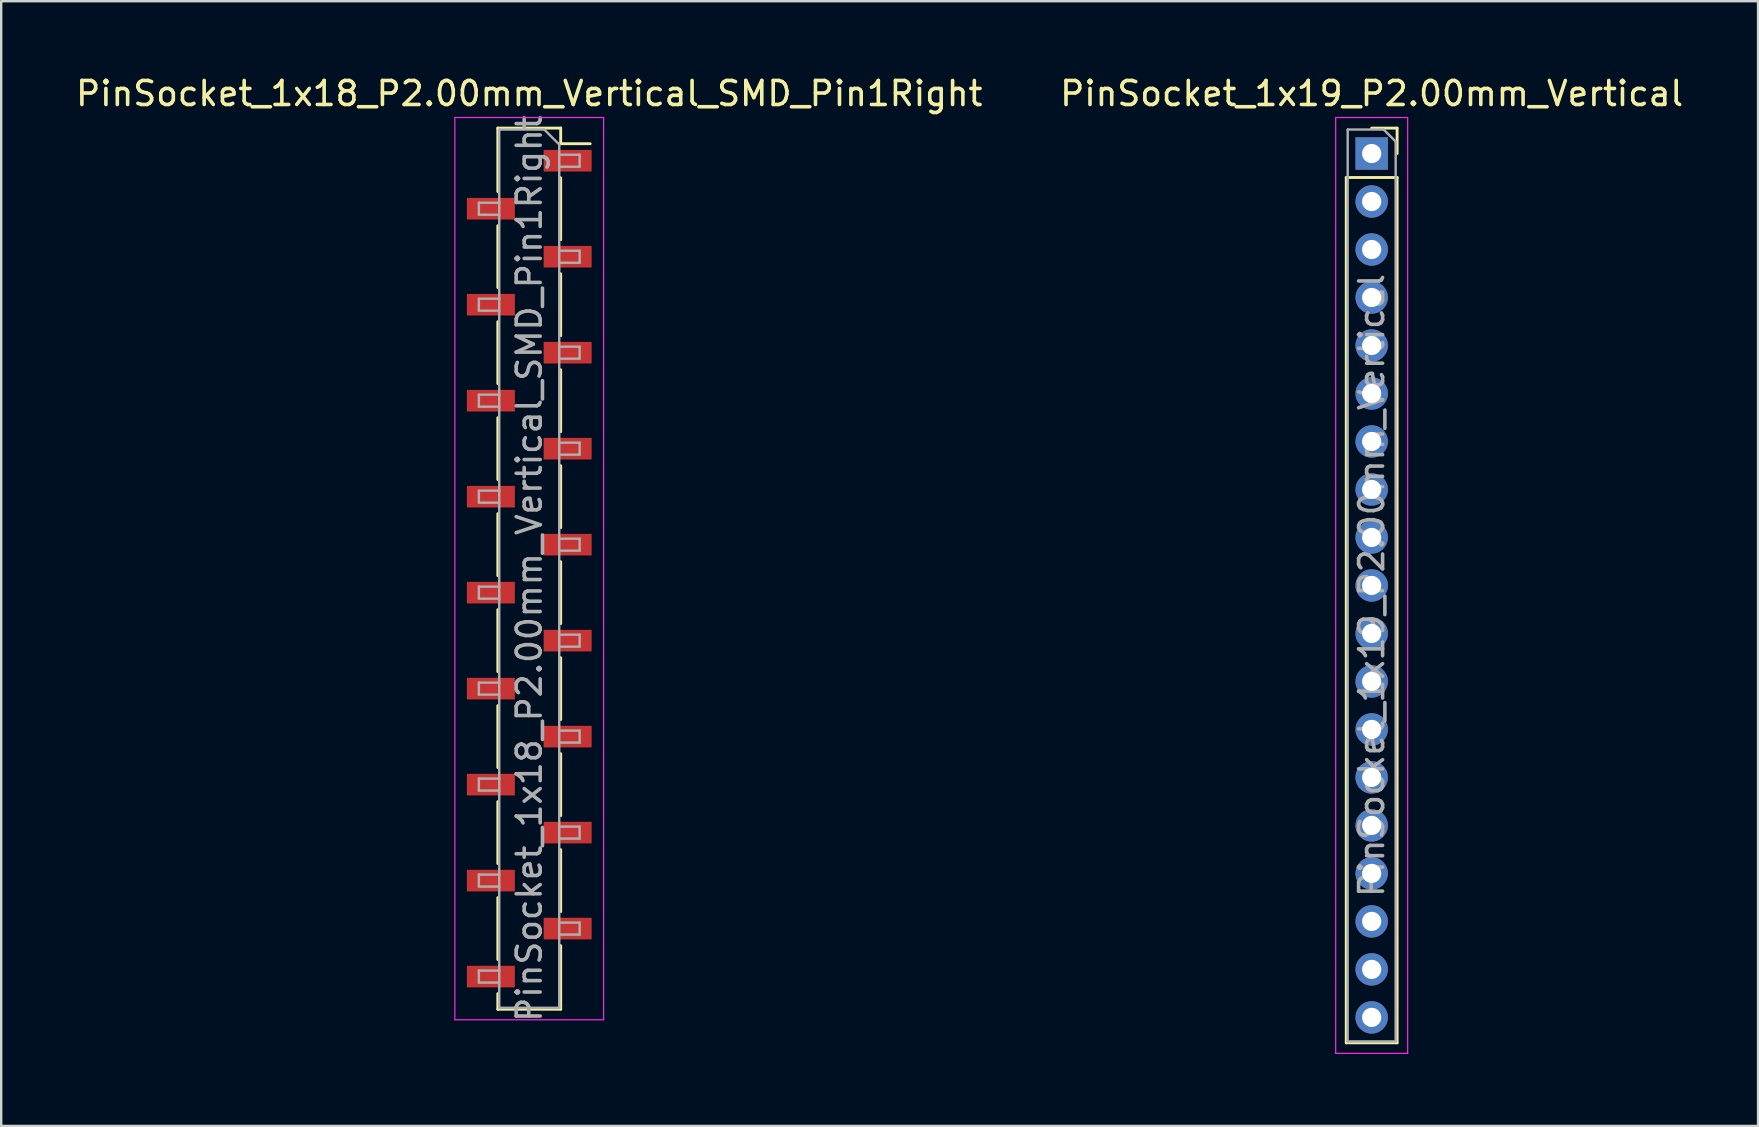
<source format=kicad_pcb>
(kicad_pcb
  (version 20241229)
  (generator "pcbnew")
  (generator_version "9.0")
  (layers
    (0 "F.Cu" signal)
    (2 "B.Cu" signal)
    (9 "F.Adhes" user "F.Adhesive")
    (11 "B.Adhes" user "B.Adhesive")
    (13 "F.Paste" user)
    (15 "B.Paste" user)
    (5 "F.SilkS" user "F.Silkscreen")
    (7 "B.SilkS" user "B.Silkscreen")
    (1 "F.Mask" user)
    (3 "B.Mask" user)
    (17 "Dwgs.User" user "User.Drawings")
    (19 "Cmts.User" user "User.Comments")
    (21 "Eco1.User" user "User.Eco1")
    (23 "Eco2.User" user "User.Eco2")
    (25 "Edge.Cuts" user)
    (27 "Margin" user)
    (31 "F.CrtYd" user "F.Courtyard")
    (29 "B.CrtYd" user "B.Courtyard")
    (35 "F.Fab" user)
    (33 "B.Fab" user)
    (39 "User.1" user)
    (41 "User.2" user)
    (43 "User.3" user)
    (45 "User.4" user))
  (footprint "PinSocket_1x19_P2.00mm_Vertical"
    (layer "F.Cu")
    (at 54.113 3.348)
    (property "Reference" "PinSocket_1x19_P2.00mm_Vertical" (at 0 -2.5 0) (layer "F.SilkS") (effects (font (size 1 1) (thickness 0.15))))
    (attr through_hole)
    (fp_line (start -1.06 1) (end -1.06 37.06) (stroke (width 0.12) (type solid)) (layer "F.SilkS"))
    (fp_line (start -1.06 1) (end 1.06 1) (stroke (width 0.12) (type solid)) (layer "F.SilkS"))
    (fp_line (start -1.06 37.06) (end 1.06 37.06) (stroke (width 0.12) (type solid)) (layer "F.SilkS"))
    (fp_line (start 0 -1.06) (end 1.06 -1.06) (stroke (width 0.12) (type solid)) (layer "F.SilkS"))
    (fp_line (start 1.06 -1.06) (end 1.06 0) (stroke (width 0.12) (type solid)) (layer "F.SilkS"))
    (fp_line (start 1.06 1) (end 1.06 37.06) (stroke (width 0.12) (type solid)) (layer "F.SilkS"))
    (fp_line (start -1.5 -1.5) (end 1.5 -1.5) (stroke (width 0.05) (type solid)) (layer "F.CrtYd"))
    (fp_line (start -1.5 37.5) (end -1.5 -1.5) (stroke (width 0.05) (type solid)) (layer "F.CrtYd"))
    (fp_line (start 1.5 -1.5) (end 1.5 37.5) (stroke (width 0.05) (type solid)) (layer "F.CrtYd"))
    (fp_line (start 1.5 37.5) (end -1.5 37.5) (stroke (width 0.05) (type solid)) (layer "F.CrtYd"))
    (fp_line (start -1 -1) (end 0.5 -1) (stroke (width 0.1) (type solid)) (layer "F.Fab"))
    (fp_line (start -1 37) (end -1 -1) (stroke (width 0.1) (type solid)) (layer "F.Fab"))
    (fp_line (start 0.5 -1) (end 1 -0.5) (stroke (width 0.1) (type solid)) (layer "F.Fab"))
    (fp_line (start 1 -0.5) (end 1 37) (stroke (width 0.1) (type solid)) (layer "F.Fab"))
    (fp_line (start 1 37) (end -1 37) (stroke (width 0.1) (type solid)) (layer "F.Fab"))
    (fp_text user "${REFERENCE}" (at 0 18 90) (layer "F.Fab") (effects (font (size 1 1) (thickness 0.15))))
    (pad "1" thru_hole rect (at 0 0) (size 1.35 1.35) (drill 0.8) (layers "*.Cu" "*.Mask"))
    (pad "2" thru_hole oval (at 0 2) (size 1.35 1.35) (drill 0.8) (layers "*.Cu" "*.Mask"))
    (pad "3" thru_hole oval (at 0 4) (size 1.35 1.35) (drill 0.8) (layers "*.Cu" "*.Mask"))
    (pad "4" thru_hole oval (at 0 6) (size 1.35 1.35) (drill 0.8) (layers "*.Cu" "*.Mask"))
    (pad "5" thru_hole oval (at 0 8) (size 1.35 1.35) (drill 0.8) (layers "*.Cu" "*.Mask"))
    (pad "6" thru_hole oval (at 0 10) (size 1.35 1.35) (drill 0.8) (layers "*.Cu" "*.Mask"))
    (pad "7" thru_hole oval (at 0 12) (size 1.35 1.35) (drill 0.8) (layers "*.Cu" "*.Mask"))
    (pad "8" thru_hole oval (at 0 14) (size 1.35 1.35) (drill 0.8) (layers "*.Cu" "*.Mask"))
    (pad "9" thru_hole oval (at 0 16) (size 1.35 1.35) (drill 0.8) (layers "*.Cu" "*.Mask"))
    (pad "10" thru_hole oval (at 0 18) (size 1.35 1.35) (drill 0.8) (layers "*.Cu" "*.Mask"))
    (pad "11" thru_hole oval (at 0 20) (size 1.35 1.35) (drill 0.8) (layers "*.Cu" "*.Mask"))
    (pad "12" thru_hole oval (at 0 22) (size 1.35 1.35) (drill 0.8) (layers "*.Cu" "*.Mask"))
    (pad "13" thru_hole oval (at 0 24) (size 1.35 1.35) (drill 0.8) (layers "*.Cu" "*.Mask"))
    (pad "14" thru_hole oval (at 0 26) (size 1.35 1.35) (drill 0.8) (layers "*.Cu" "*.Mask"))
    (pad "15" thru_hole oval (at 0 28) (size 1.35 1.35) (drill 0.8) (layers "*.Cu" "*.Mask"))
    (pad "16" thru_hole oval (at 0 30) (size 1.35 1.35) (drill 0.8) (layers "*.Cu" "*.Mask"))
    (pad "17" thru_hole oval (at 0 32) (size 1.35 1.35) (drill 0.8) (layers "*.Cu" "*.Mask"))
    (pad "18" thru_hole oval (at 0 34) (size 1.35 1.35) (drill 0.8) (layers "*.Cu" "*.Mask"))
    (pad "19" thru_hole oval (at 0 36) (size 1.35 1.35) (drill 0.8) (layers "*.Cu" "*.Mask")))
  (footprint "PinSocket_1x18_P2.00mm_Vertical_SMD_Pin1Right"
    (layer "F.Cu")
    (at 19.006 20.648)
    (property "Reference" "PinSocket_1x18_P2.00mm_Vertical_SMD_Pin1Right" (at 0 -19.8 0) (layer "F.SilkS") (effects (font (size 1 1) (thickness 0.15))))
    (attr smd)
    (fp_line (start -1.31 -18.36) (end -1.31 -15.71) (stroke (width 0.12) (type solid)) (layer "F.SilkS"))
    (fp_line (start -1.31 -18.36) (end 1.31 -18.36) (stroke (width 0.12) (type solid)) (layer "F.SilkS"))
    (fp_line (start -1.31 -14.29) (end -1.31 -11.71) (stroke (width 0.12) (type solid)) (layer "F.SilkS"))
    (fp_line (start -1.31 -10.29) (end -1.31 -7.71) (stroke (width 0.12) (type solid)) (layer "F.SilkS"))
    (fp_line (start -1.31 -6.29) (end -1.31 -3.71) (stroke (width 0.12) (type solid)) (layer "F.SilkS"))
    (fp_line (start -1.31 -2.29) (end -1.31 0.29) (stroke (width 0.12) (type solid)) (layer "F.SilkS"))
    (fp_line (start -1.31 1.71) (end -1.31 4.29) (stroke (width 0.12) (type solid)) (layer "F.SilkS"))
    (fp_line (start -1.31 5.71) (end -1.31 8.29) (stroke (width 0.12) (type solid)) (layer "F.SilkS"))
    (fp_line (start -1.31 9.71) (end -1.31 12.29) (stroke (width 0.12) (type solid)) (layer "F.SilkS"))
    (fp_line (start -1.31 13.71) (end -1.31 16.29) (stroke (width 0.12) (type solid)) (layer "F.SilkS"))
    (fp_line (start -1.31 17.71) (end -1.31 18.36) (stroke (width 0.12) (type solid)) (layer "F.SilkS"))
    (fp_line (start -1.31 18.36) (end 1.31 18.36) (stroke (width 0.12) (type solid)) (layer "F.SilkS"))
    (fp_line (start 1.31 -18.36) (end 1.31 -17.71) (stroke (width 0.12) (type solid)) (layer "F.SilkS"))
    (fp_line (start 1.31 -17.71) (end 2.54 -17.71) (stroke (width 0.12) (type solid)) (layer "F.SilkS"))
    (fp_line (start 1.31 -16.29) (end 1.31 -13.71) (stroke (width 0.12) (type solid)) (layer "F.SilkS"))
    (fp_line (start 1.31 -12.29) (end 1.31 -9.71) (stroke (width 0.12) (type solid)) (layer "F.SilkS"))
    (fp_line (start 1.31 -8.29) (end 1.31 -5.71) (stroke (width 0.12) (type solid)) (layer "F.SilkS"))
    (fp_line (start 1.31 -4.29) (end 1.31 -1.71) (stroke (width 0.12) (type solid)) (layer "F.SilkS"))
    (fp_line (start 1.31 -0.29) (end 1.31 2.29) (stroke (width 0.12) (type solid)) (layer "F.SilkS"))
    (fp_line (start 1.31 3.71) (end 1.31 6.29) (stroke (width 0.12) (type solid)) (layer "F.SilkS"))
    (fp_line (start 1.31 7.71) (end 1.31 10.29) (stroke (width 0.12) (type solid)) (layer "F.SilkS"))
    (fp_line (start 1.31 11.71) (end 1.31 14.29) (stroke (width 0.12) (type solid)) (layer "F.SilkS"))
    (fp_line (start 1.31 15.71) (end 1.31 18.36) (stroke (width 0.12) (type solid)) (layer "F.SilkS"))
    (fp_line (start -3.1 -18.8) (end 3.1 -18.8) (stroke (width 0.05) (type solid)) (layer "F.CrtYd"))
    (fp_line (start -3.1 18.8) (end -3.1 -18.8) (stroke (width 0.05) (type solid)) (layer "F.CrtYd"))
    (fp_line (start 3.1 -18.8) (end 3.1 18.8) (stroke (width 0.05) (type solid)) (layer "F.CrtYd"))
    (fp_line (start 3.1 18.8) (end -3.1 18.8) (stroke (width 0.05) (type solid)) (layer "F.CrtYd"))
    (fp_line (start -2.1 -15.25) (end -1.25 -15.25) (stroke (width 0.1) (type solid)) (layer "F.Fab"))
    (fp_line (start -2.1 -14.75) (end -2.1 -15.25) (stroke (width 0.1) (type solid)) (layer "F.Fab"))
    (fp_line (start -2.1 -11.25) (end -1.25 -11.25) (stroke (width 0.1) (type solid)) (layer "F.Fab"))
    (fp_line (start -2.1 -10.75) (end -2.1 -11.25) (stroke (width 0.1) (type solid)) (layer "F.Fab"))
    (fp_line (start -2.1 -7.25) (end -1.25 -7.25) (stroke (width 0.1) (type solid)) (layer "F.Fab"))
    (fp_line (start -2.1 -6.75) (end -2.1 -7.25) (stroke (width 0.1) (type solid)) (layer "F.Fab"))
    (fp_line (start -2.1 -3.25) (end -1.25 -3.25) (stroke (width 0.1) (type solid)) (layer "F.Fab"))
    (fp_line (start -2.1 -2.75) (end -2.1 -3.25) (stroke (width 0.1) (type solid)) (layer "F.Fab"))
    (fp_line (start -2.1 0.75) (end -1.25 0.75) (stroke (width 0.1) (type solid)) (layer "F.Fab"))
    (fp_line (start -2.1 1.25) (end -2.1 0.75) (stroke (width 0.1) (type solid)) (layer "F.Fab"))
    (fp_line (start -2.1 4.75) (end -1.25 4.75) (stroke (width 0.1) (type solid)) (layer "F.Fab"))
    (fp_line (start -2.1 5.25) (end -2.1 4.75) (stroke (width 0.1) (type solid)) (layer "F.Fab"))
    (fp_line (start -2.1 8.75) (end -1.25 8.75) (stroke (width 0.1) (type solid)) (layer "F.Fab"))
    (fp_line (start -2.1 9.25) (end -2.1 8.75) (stroke (width 0.1) (type solid)) (layer "F.Fab"))
    (fp_line (start -2.1 12.75) (end -1.25 12.75) (stroke (width 0.1) (type solid)) (layer "F.Fab"))
    (fp_line (start -2.1 13.25) (end -2.1 12.75) (stroke (width 0.1) (type solid)) (layer "F.Fab"))
    (fp_line (start -2.1 16.75) (end -1.25 16.75) (stroke (width 0.1) (type solid)) (layer "F.Fab"))
    (fp_line (start -2.1 17.25) (end -2.1 16.75) (stroke (width 0.1) (type solid)) (layer "F.Fab"))
    (fp_line (start -1.25 -18.3) (end 0.625 -18.3) (stroke (width 0.1) (type solid)) (layer "F.Fab"))
    (fp_line (start -1.25 -14.75) (end -2.1 -14.75) (stroke (width 0.1) (type solid)) (layer "F.Fab"))
    (fp_line (start -1.25 -10.75) (end -2.1 -10.75) (stroke (width 0.1) (type solid)) (layer "F.Fab"))
    (fp_line (start -1.25 -6.75) (end -2.1 -6.75) (stroke (width 0.1) (type solid)) (layer "F.Fab"))
    (fp_line (start -1.25 -2.75) (end -2.1 -2.75) (stroke (width 0.1) (type solid)) (layer "F.Fab"))
    (fp_line (start -1.25 1.25) (end -2.1 1.25) (stroke (width 0.1) (type solid)) (layer "F.Fab"))
    (fp_line (start -1.25 5.25) (end -2.1 5.25) (stroke (width 0.1) (type solid)) (layer "F.Fab"))
    (fp_line (start -1.25 9.25) (end -2.1 9.25) (stroke (width 0.1) (type solid)) (layer "F.Fab"))
    (fp_line (start -1.25 13.25) (end -2.1 13.25) (stroke (width 0.1) (type solid)) (layer "F.Fab"))
    (fp_line (start -1.25 17.25) (end -2.1 17.25) (stroke (width 0.1) (type solid)) (layer "F.Fab"))
    (fp_line (start -1.25 18.3) (end -1.25 -18.3) (stroke (width 0.1) (type solid)) (layer "F.Fab"))
    (fp_line (start 0.625 -18.3) (end 1.25 -17.675) (stroke (width 0.1) (type solid)) (layer "F.Fab"))
    (fp_line (start 1.25 -17.675) (end 1.25 18.3) (stroke (width 0.1) (type solid)) (layer "F.Fab"))
    (fp_line (start 1.25 -17.25) (end 2.1 -17.25) (stroke (width 0.1) (type solid)) (layer "F.Fab"))
    (fp_line (start 1.25 -13.25) (end 2.1 -13.25) (stroke (width 0.1) (type solid)) (layer "F.Fab"))
    (fp_line (start 1.25 -9.25) (end 2.1 -9.25) (stroke (width 0.1) (type solid)) (layer "F.Fab"))
    (fp_line (start 1.25 -5.25) (end 2.1 -5.25) (stroke (width 0.1) (type solid)) (layer "F.Fab"))
    (fp_line (start 1.25 -1.25) (end 2.1 -1.25) (stroke (width 0.1) (type solid)) (layer "F.Fab"))
    (fp_line (start 1.25 2.75) (end 2.1 2.75) (stroke (width 0.1) (type solid)) (layer "F.Fab"))
    (fp_line (start 1.25 6.75) (end 2.1 6.75) (stroke (width 0.1) (type solid)) (layer "F.Fab"))
    (fp_line (start 1.25 10.75) (end 2.1 10.75) (stroke (width 0.1) (type solid)) (layer "F.Fab"))
    (fp_line (start 1.25 14.75) (end 2.1 14.75) (stroke (width 0.1) (type solid)) (layer "F.Fab"))
    (fp_line (start 1.25 18.3) (end -1.25 18.3) (stroke (width 0.1) (type solid)) (layer "F.Fab"))
    (fp_line (start 2.1 -17.25) (end 2.1 -16.75) (stroke (width 0.1) (type solid)) (layer "F.Fab"))
    (fp_line (start 2.1 -16.75) (end 1.25 -16.75) (stroke (width 0.1) (type solid)) (layer "F.Fab"))
    (fp_line (start 2.1 -13.25) (end 2.1 -12.75) (stroke (width 0.1) (type solid)) (layer "F.Fab"))
    (fp_line (start 2.1 -12.75) (end 1.25 -12.75) (stroke (width 0.1) (type solid)) (layer "F.Fab"))
    (fp_line (start 2.1 -9.25) (end 2.1 -8.75) (stroke (width 0.1) (type solid)) (layer "F.Fab"))
    (fp_line (start 2.1 -8.75) (end 1.25 -8.75) (stroke (width 0.1) (type solid)) (layer "F.Fab"))
    (fp_line (start 2.1 -5.25) (end 2.1 -4.75) (stroke (width 0.1) (type solid)) (layer "F.Fab"))
    (fp_line (start 2.1 -4.75) (end 1.25 -4.75) (stroke (width 0.1) (type solid)) (layer "F.Fab"))
    (fp_line (start 2.1 -1.25) (end 2.1 -0.75) (stroke (width 0.1) (type solid)) (layer "F.Fab"))
    (fp_line (start 2.1 -0.75) (end 1.25 -0.75) (stroke (width 0.1) (type solid)) (layer "F.Fab"))
    (fp_line (start 2.1 2.75) (end 2.1 3.25) (stroke (width 0.1) (type solid)) (layer "F.Fab"))
    (fp_line (start 2.1 3.25) (end 1.25 3.25) (stroke (width 0.1) (type solid)) (layer "F.Fab"))
    (fp_line (start 2.1 6.75) (end 2.1 7.25) (stroke (width 0.1) (type solid)) (layer "F.Fab"))
    (fp_line (start 2.1 7.25) (end 1.25 7.25) (stroke (width 0.1) (type solid)) (layer "F.Fab"))
    (fp_line (start 2.1 10.75) (end 2.1 11.25) (stroke (width 0.1) (type solid)) (layer "F.Fab"))
    (fp_line (start 2.1 11.25) (end 1.25 11.25) (stroke (width 0.1) (type solid)) (layer "F.Fab"))
    (fp_line (start 2.1 14.75) (end 2.1 15.25) (stroke (width 0.1) (type solid)) (layer "F.Fab"))
    (fp_line (start 2.1 15.25) (end 1.25 15.25) (stroke (width 0.1) (type solid)) (layer "F.Fab"))
    (fp_text user "${REFERENCE}" (at 0 0 90) (layer "F.Fab") (effects (font (size 1 1) (thickness 0.15))))
    (pad "1" smd rect (at 1.6 -17) (size 2 0.9) (layers "F.Cu" "F.Mask" "F.Paste"))
    (pad "2" smd rect (at -1.6 -15) (size 2 0.9) (layers "F.Cu" "F.Mask" "F.Paste"))
    (pad "3" smd rect (at 1.6 -13) (size 2 0.9) (layers "F.Cu" "F.Mask" "F.Paste"))
    (pad "4" smd rect (at -1.6 -11) (size 2 0.9) (layers "F.Cu" "F.Mask" "F.Paste"))
    (pad "5" smd rect (at 1.6 -9) (size 2 0.9) (layers "F.Cu" "F.Mask" "F.Paste"))
    (pad "6" smd rect (at -1.6 -7) (size 2 0.9) (layers "F.Cu" "F.Mask" "F.Paste"))
    (pad "7" smd rect (at 1.6 -5) (size 2 0.9) (layers "F.Cu" "F.Mask" "F.Paste"))
    (pad "8" smd rect (at -1.6 -3) (size 2 0.9) (layers "F.Cu" "F.Mask" "F.Paste"))
    (pad "9" smd rect (at 1.6 -1) (size 2 0.9) (layers "F.Cu" "F.Mask" "F.Paste"))
    (pad "10" smd rect (at -1.6 1) (size 2 0.9) (layers "F.Cu" "F.Mask" "F.Paste"))
    (pad "11" smd rect (at 1.6 3) (size 2 0.9) (layers "F.Cu" "F.Mask" "F.Paste"))
    (pad "12" smd rect (at -1.6 5) (size 2 0.9) (layers "F.Cu" "F.Mask" "F.Paste"))
    (pad "13" smd rect (at 1.6 7) (size 2 0.9) (layers "F.Cu" "F.Mask" "F.Paste"))
    (pad "14" smd rect (at -1.6 9) (size 2 0.9) (layers "F.Cu" "F.Mask" "F.Paste"))
    (pad "15" smd rect (at 1.6 11) (size 2 0.9) (layers "F.Cu" "F.Mask" "F.Paste"))
    (pad "16" smd rect (at -1.6 13) (size 2 0.9) (layers "F.Cu" "F.Mask" "F.Paste"))
    (pad "17" smd rect (at 1.6 15) (size 2 0.9) (layers "F.Cu" "F.Mask" "F.Paste"))
    (pad "18" smd rect (at -1.6 17) (size 2 0.9) (layers "F.Cu" "F.Mask" "F.Paste")))
  (gr_rect
    (start -3 -3)
    (end 70.214 43.873)
    (stroke (width 0.1) (type default))
    (fill no)
    (layer "Edge.Cuts")))
</source>
